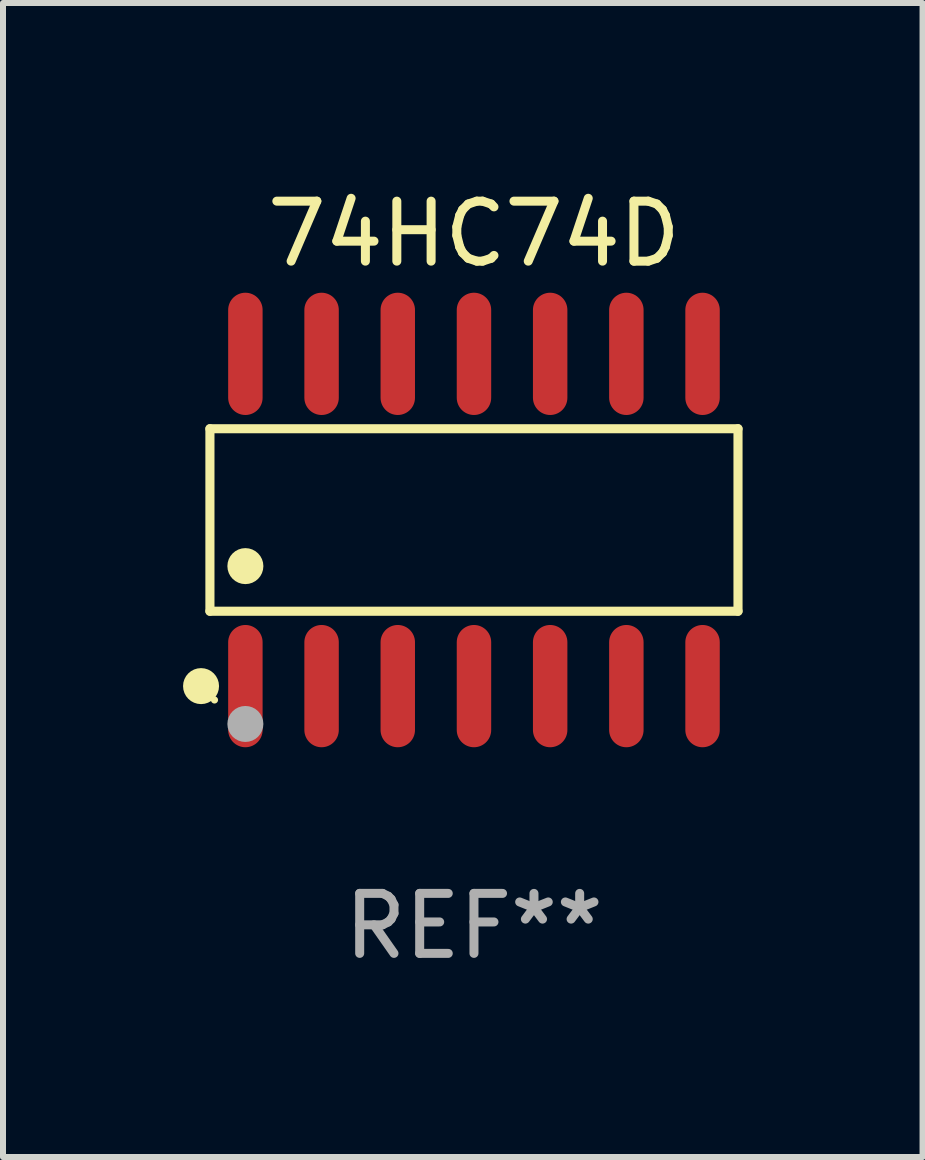
<source format=kicad_pcb>
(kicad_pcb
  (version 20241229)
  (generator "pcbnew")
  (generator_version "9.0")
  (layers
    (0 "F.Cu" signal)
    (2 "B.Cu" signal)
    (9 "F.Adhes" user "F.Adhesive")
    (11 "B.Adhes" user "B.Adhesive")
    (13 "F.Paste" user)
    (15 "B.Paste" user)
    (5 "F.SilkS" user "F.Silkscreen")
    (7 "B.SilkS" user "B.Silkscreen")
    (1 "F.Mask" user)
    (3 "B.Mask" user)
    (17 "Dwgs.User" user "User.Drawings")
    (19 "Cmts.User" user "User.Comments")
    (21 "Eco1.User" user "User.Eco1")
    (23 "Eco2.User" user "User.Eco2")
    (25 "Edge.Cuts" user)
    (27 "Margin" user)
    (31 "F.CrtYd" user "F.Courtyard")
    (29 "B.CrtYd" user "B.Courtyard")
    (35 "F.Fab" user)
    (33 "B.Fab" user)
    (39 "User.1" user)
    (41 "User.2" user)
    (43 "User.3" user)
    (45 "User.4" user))
  (footprint "74HC74D"
    (layer "F.Cu")
    (at 4.85 5.617)
    (property "Reference" "74HC74D" (at 0 -4.769 0) (layer "F.SilkS") (effects (font (size 1 1) (thickness 0.15))))
    (attr through_hole)
    (fp_line (start -4.401 -1.521) (end 4.401 -1.521) (stroke (width 0.152) (type solid)) (layer "F.SilkS"))
    (fp_line (start -4.401 1.521) (end -4.401 -1.521) (stroke (width 0.152) (type solid)) (layer "F.SilkS"))
    (fp_line (start 4.401 -1.521) (end 4.401 1.521) (stroke (width 0.152) (type solid)) (layer "F.SilkS"))
    (fp_line (start 4.401 1.521) (end -4.401 1.521) (stroke (width 0.152) (type solid)) (layer "F.SilkS"))
    (fp_circle (center -4.549 2.769) (end -4.399 2.769) (stroke (width 0.3) (type solid)) (fill no) (layer "F.SilkS"))
    (fp_circle (center -4.325 3) (end -4.295 3) (stroke (width 0.06) (type solid)) (fill no) (layer "F.SilkS"))
    (fp_circle (center -3.81 0.769) (end -3.66 0.769) (stroke (width 0.3) (type solid)) (fill no) (layer "F.SilkS"))
    (fp_circle (center -3.81 3.4) (end -3.66 3.4) (stroke (width 0.3) (type solid)) (fill no) (layer "F.Fab"))
    (fp_text user "REF**" (at 0 6.769 0) (layer "F.Fab") (effects (font (size 1 1) (thickness 0.15))))
    (pad "1" smd oval (at -3.81 2.769) (size 0.574 2.038) (layers "F.Cu" "F.Mask" "F.Paste"))
    (pad "2" smd oval (at -2.54 2.769) (size 0.574 2.038) (layers "F.Cu" "F.Mask" "F.Paste"))
    (pad "3" smd oval (at -1.27 2.769) (size 0.574 2.038) (layers "F.Cu" "F.Mask" "F.Paste"))
    (pad "4" smd oval (at 0 2.769) (size 0.574 2.038) (layers "F.Cu" "F.Mask" "F.Paste"))
    (pad "5" smd oval (at 1.27 2.769) (size 0.574 2.038) (layers "F.Cu" "F.Mask" "F.Paste"))
    (pad "6" smd oval (at 2.54 2.769) (size 0.574 2.038) (layers "F.Cu" "F.Mask" "F.Paste"))
    (pad "7" smd oval (at 3.81 2.769) (size 0.574 2.038) (layers "F.Cu" "F.Mask" "F.Paste"))
    (pad "8" smd oval (at 3.81 -2.769) (size 0.574 2.038) (layers "F.Cu" "F.Mask" "F.Paste"))
    (pad "9" smd oval (at 2.54 -2.769) (size 0.574 2.038) (layers "F.Cu" "F.Mask" "F.Paste"))
    (pad "10" smd oval (at 1.27 -2.769) (size 0.574 2.038) (layers "F.Cu" "F.Mask" "F.Paste"))
    (pad "11" smd oval (at 0 -2.769) (size 0.574 2.038) (layers "F.Cu" "F.Mask" "F.Paste"))
    (pad "12" smd oval (at -1.27 -2.769) (size 0.574 2.038) (layers "F.Cu" "F.Mask" "F.Paste"))
    (pad "13" smd oval (at -2.54 -2.769) (size 0.574 2.038) (layers "F.Cu" "F.Mask" "F.Paste"))
    (pad "14" smd oval (at -3.81 -2.769) (size 0.574 2.038) (layers "F.Cu" "F.Mask" "F.Paste")))
  (gr_rect
    (start -3 -3)
    (end 12.327 16.235)
    (stroke (width 0.1) (type default))
    (fill no)
    (layer "Edge.Cuts")))
</source>
